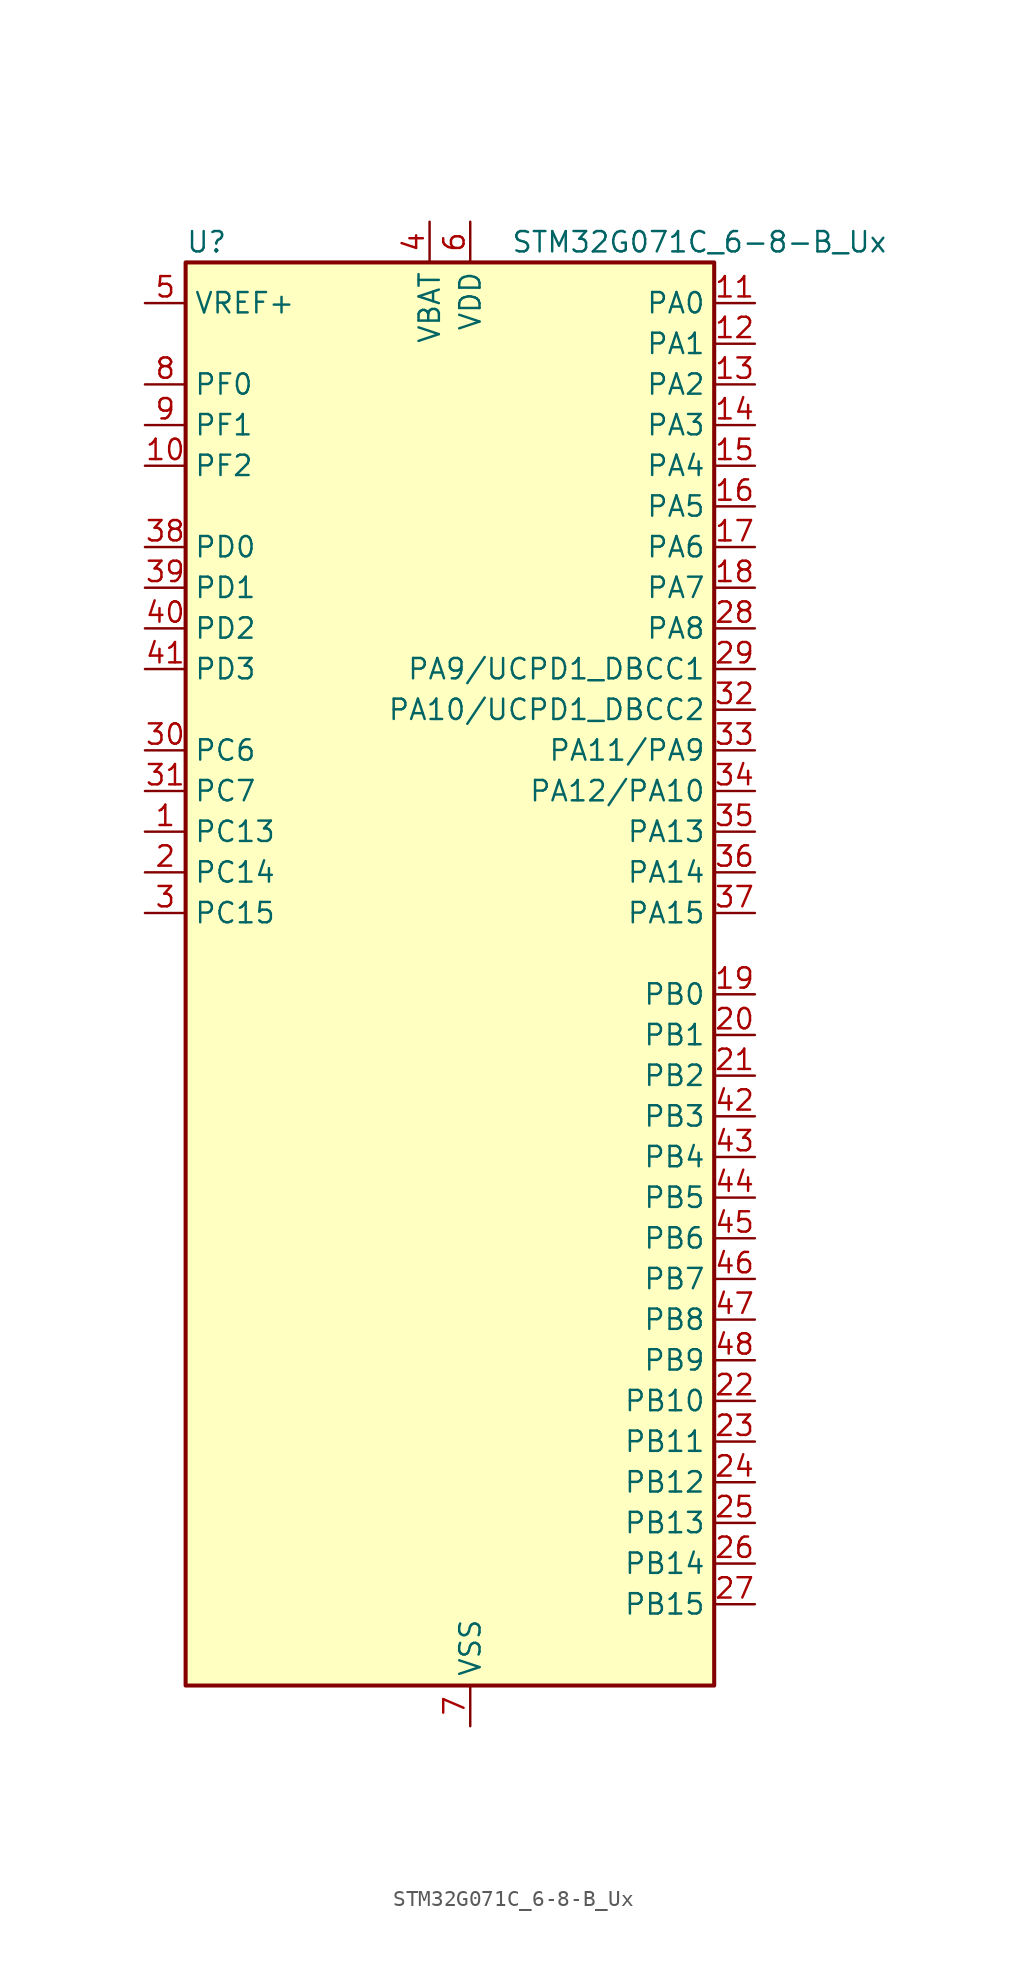
<source format=kicad_sym>
(kicad_symbol_lib
  (version 20220914)
  (generator kicad_symbol_editor)
  (symbol "STM32G071C_6-8-B_Ux"
    (property "Reference" "U"
      (at -15.24 46.99 0)
      (effects (font (size 1.27 1.27)) (justify left)))
    (property "Value" "STM32G071C_6-8-B_Ux"
      (at 5.08 46.99 0)
      (effects (font (size 1.27 1.27)) (justify left)))
    (property "ki_locked" ""
      (at 0 0 0)
      (effects (font (size 1.27 1.27))))
    (symbol "STM32G071C_6-8-B_Ux_0_1"
      (rectangle (start -15.24 -43.18) (end 17.78 45.72) (stroke (width 0.254) (type default)) (fill (type background))))
    (symbol "STM32G071C_6-8-B_Ux_1_1"
      (pin bidirectional line (at -17.78 10.16 0) (length 2.54) (name "PC13" (effects (font (size 1.27 1.27)))) (number "1" (effects (font (size 1.27 1.27)))) (alternate "RTC_OUT_ALARM" bidirectional line) (alternate "RTC_OUT_CALIB" bidirectional line) (alternate "RTC_TAMP_IN1" bidirectional line) (alternate "RTC_TS" bidirectional line) (alternate "SYS_WKUP2" bidirectional line) (alternate "TIM1_BK" bidirectional line))
      (pin bidirectional line (at -17.78 33.02 0) (length 2.54) (name "PF2" (effects (font (size 1.27 1.27)))) (number "10" (effects (font (size 1.27 1.27)))) (alternate "RCC_MCO" bidirectional line))
      (pin bidirectional line (at 20.32 43.18 180) (length 2.54) (name "PA0" (effects (font (size 1.27 1.27)))) (number "11" (effects (font (size 1.27 1.27)))) (alternate "ADC1_IN0" bidirectional line) (alternate "COMP1_INM" bidirectional line) (alternate "COMP1_OUT" bidirectional line) (alternate "LPTIM1_OUT" bidirectional line) (alternate "RTC_TAMP_IN2" bidirectional line) (alternate "SPI2_SCK" bidirectional line) (alternate "SYS_WKUP1" bidirectional line) (alternate "TIM2_CH1" bidirectional line) (alternate "TIM2_ETR" bidirectional line) (alternate "UCPD2_FRSTX1" bidirectional line) (alternate "UCPD2_FRSTX2" bidirectional line) (alternate "USART2_CTS" bidirectional line) (alternate "USART2_NSS" bidirectional line) (alternate "USART4_TX" bidirectional line))
      (pin bidirectional line (at 20.32 40.64 180) (length 2.54) (name "PA1" (effects (font (size 1.27 1.27)))) (number "12" (effects (font (size 1.27 1.27)))) (alternate "ADC1_IN1" bidirectional line) (alternate "COMP1_INP" bidirectional line) (alternate "I2C1_SMBA" bidirectional line) (alternate "I2S1_CK" bidirectional line) (alternate "SPI1_SCK" bidirectional line) (alternate "TIM15_CH1N" bidirectional line) (alternate "TIM2_CH2" bidirectional line) (alternate "USART2_CK" bidirectional line) (alternate "USART2_DE" bidirectional line) (alternate "USART2_RTS" bidirectional line) (alternate "USART4_RX" bidirectional line))
      (pin bidirectional line (at 20.32 38.1 180) (length 2.54) (name "PA2" (effects (font (size 1.27 1.27)))) (number "13" (effects (font (size 1.27 1.27)))) (alternate "ADC1_IN2" bidirectional line) (alternate "COMP2_INM" bidirectional line) (alternate "COMP2_OUT" bidirectional line) (alternate "I2S1_SD" bidirectional line) (alternate "LPUART1_TX" bidirectional line) (alternate "RCC_LSCO" bidirectional line) (alternate "SPI1_MOSI" bidirectional line) (alternate "SYS_WKUP4" bidirectional line) (alternate "TIM15_CH1" bidirectional line) (alternate "TIM2_CH3" bidirectional line) (alternate "UCPD1_FRSTX1" bidirectional line) (alternate "UCPD1_FRSTX2" bidirectional line) (alternate "USART2_TX" bidirectional line))
      (pin bidirectional line (at 20.32 35.56 180) (length 2.54) (name "PA3" (effects (font (size 1.27 1.27)))) (number "14" (effects (font (size 1.27 1.27)))) (alternate "ADC1_IN3" bidirectional line) (alternate "COMP2_INP" bidirectional line) (alternate "LPUART1_RX" bidirectional line) (alternate "SPI2_MISO" bidirectional line) (alternate "TIM15_CH2" bidirectional line) (alternate "TIM2_CH4" bidirectional line) (alternate "UCPD2_FRSTX1" bidirectional line) (alternate "UCPD2_FRSTX2" bidirectional line) (alternate "USART2_RX" bidirectional line))
      (pin bidirectional line (at 20.32 33.02 180) (length 2.54) (name "PA4" (effects (font (size 1.27 1.27)))) (number "15" (effects (font (size 1.27 1.27)))) (alternate "ADC1_IN4" bidirectional line) (alternate "DAC1_OUT1" bidirectional line) (alternate "I2S1_WS" bidirectional line) (alternate "LPTIM2_OUT" bidirectional line) (alternate "RTC_OUT_ALARM" bidirectional line) (alternate "RTC_OUT_CALIB" bidirectional line) (alternate "SPI1_NSS" bidirectional line) (alternate "SPI2_MOSI" bidirectional line) (alternate "TIM14_CH1" bidirectional line) (alternate "UCPD2_FRSTX1" bidirectional line) (alternate "UCPD2_FRSTX2" bidirectional line))
      (pin bidirectional line (at 20.32 30.48 180) (length 2.54) (name "PA5" (effects (font (size 1.27 1.27)))) (number "16" (effects (font (size 1.27 1.27)))) (alternate "ADC1_IN5" bidirectional line) (alternate "CEC" bidirectional line) (alternate "DAC1_OUT2" bidirectional line) (alternate "I2S1_CK" bidirectional line) (alternate "LPTIM2_ETR" bidirectional line) (alternate "SPI1_SCK" bidirectional line) (alternate "TIM2_CH1" bidirectional line) (alternate "TIM2_ETR" bidirectional line) (alternate "UCPD1_FRSTX1" bidirectional line) (alternate "UCPD1_FRSTX2" bidirectional line) (alternate "USART3_TX" bidirectional line))
      (pin bidirectional line (at 20.32 27.94 180) (length 2.54) (name "PA6" (effects (font (size 1.27 1.27)))) (number "17" (effects (font (size 1.27 1.27)))) (alternate "ADC1_IN6" bidirectional line) (alternate "COMP1_OUT" bidirectional line) (alternate "I2S1_MCK" bidirectional line) (alternate "LPUART1_CTS" bidirectional line) (alternate "SPI1_MISO" bidirectional line) (alternate "TIM16_CH1" bidirectional line) (alternate "TIM1_BK" bidirectional line) (alternate "TIM3_CH1" bidirectional line) (alternate "USART3_CTS" bidirectional line) (alternate "USART3_NSS" bidirectional line))
      (pin bidirectional line (at 20.32 25.4 180) (length 2.54) (name "PA7" (effects (font (size 1.27 1.27)))) (number "18" (effects (font (size 1.27 1.27)))) (alternate "ADC1_IN7" bidirectional line) (alternate "COMP2_OUT" bidirectional line) (alternate "I2S1_SD" bidirectional line) (alternate "SPI1_MOSI" bidirectional line) (alternate "TIM14_CH1" bidirectional line) (alternate "TIM17_CH1" bidirectional line) (alternate "TIM1_CH1N" bidirectional line) (alternate "TIM3_CH2" bidirectional line) (alternate "UCPD1_FRSTX1" bidirectional line) (alternate "UCPD1_FRSTX2" bidirectional line))
      (pin bidirectional line (at 20.32 0 180) (length 2.54) (name "PB0" (effects (font (size 1.27 1.27)))) (number "19" (effects (font (size 1.27 1.27)))) (alternate "ADC1_IN8" bidirectional line) (alternate "COMP1_OUT" bidirectional line) (alternate "I2S1_WS" bidirectional line) (alternate "LPTIM1_OUT" bidirectional line) (alternate "SPI1_NSS" bidirectional line) (alternate "TIM1_CH2N" bidirectional line) (alternate "TIM3_CH3" bidirectional line) (alternate "UCPD1_FRSTX1" bidirectional line) (alternate "UCPD1_FRSTX2" bidirectional line) (alternate "USART3_RX" bidirectional line))
      (pin bidirectional line (at -17.78 7.62 0) (length 2.54) (name "PC14" (effects (font (size 1.27 1.27)))) (number "2" (effects (font (size 1.27 1.27)))) (alternate "RCC_OSC32_IN" bidirectional line) (alternate "TIM1_BK2" bidirectional line))
      (pin bidirectional line (at 20.32 -2.54 180) (length 2.54) (name "PB1" (effects (font (size 1.27 1.27)))) (number "20" (effects (font (size 1.27 1.27)))) (alternate "ADC1_IN9" bidirectional line) (alternate "COMP1_INM" bidirectional line) (alternate "LPTIM2_IN1" bidirectional line) (alternate "LPUART1_DE" bidirectional line) (alternate "LPUART1_RTS" bidirectional line) (alternate "TIM14_CH1" bidirectional line) (alternate "TIM1_CH3N" bidirectional line) (alternate "TIM3_CH4" bidirectional line) (alternate "USART3_CK" bidirectional line) (alternate "USART3_DE" bidirectional line) (alternate "USART3_RTS" bidirectional line))
      (pin bidirectional line (at 20.32 -5.08 180) (length 2.54) (name "PB2" (effects (font (size 1.27 1.27)))) (number "21" (effects (font (size 1.27 1.27)))) (alternate "ADC1_IN10" bidirectional line) (alternate "COMP1_INP" bidirectional line) (alternate "LPTIM1_OUT" bidirectional line) (alternate "SPI2_MISO" bidirectional line) (alternate "USART3_TX" bidirectional line))
      (pin bidirectional line (at 20.32 -25.4 180) (length 2.54) (name "PB10" (effects (font (size 1.27 1.27)))) (number "22" (effects (font (size 1.27 1.27)))) (alternate "ADC1_IN11" bidirectional line) (alternate "CEC" bidirectional line) (alternate "COMP1_OUT" bidirectional line) (alternate "I2C2_SCL" bidirectional line) (alternate "LPUART1_RX" bidirectional line) (alternate "SPI2_SCK" bidirectional line) (alternate "TIM2_CH3" bidirectional line) (alternate "USART3_TX" bidirectional line))
      (pin bidirectional line (at 20.32 -27.94 180) (length 2.54) (name "PB11" (effects (font (size 1.27 1.27)))) (number "23" (effects (font (size 1.27 1.27)))) (alternate "ADC1_EXTI11" bidirectional line) (alternate "ADC1_IN15" bidirectional line) (alternate "COMP2_OUT" bidirectional line) (alternate "I2C2_SDA" bidirectional line) (alternate "LPUART1_TX" bidirectional line) (alternate "SPI2_MOSI" bidirectional line) (alternate "TIM2_CH4" bidirectional line) (alternate "USART3_RX" bidirectional line))
      (pin bidirectional line (at 20.32 -30.48 180) (length 2.54) (name "PB12" (effects (font (size 1.27 1.27)))) (number "24" (effects (font (size 1.27 1.27)))) (alternate "ADC1_IN16" bidirectional line) (alternate "LPUART1_DE" bidirectional line) (alternate "LPUART1_RTS" bidirectional line) (alternate "SPI2_NSS" bidirectional line) (alternate "TIM15_BK" bidirectional line) (alternate "TIM1_BK" bidirectional line) (alternate "UCPD2_FRSTX1" bidirectional line) (alternate "UCPD2_FRSTX2" bidirectional line))
      (pin bidirectional line (at 20.32 -33.02 180) (length 2.54) (name "PB13" (effects (font (size 1.27 1.27)))) (number "25" (effects (font (size 1.27 1.27)))) (alternate "I2C2_SCL" bidirectional line) (alternate "LPUART1_CTS" bidirectional line) (alternate "SPI2_SCK" bidirectional line) (alternate "TIM15_CH1N" bidirectional line) (alternate "TIM1_CH1N" bidirectional line) (alternate "USART3_CTS" bidirectional line) (alternate "USART3_NSS" bidirectional line))
      (pin bidirectional line (at 20.32 -35.56 180) (length 2.54) (name "PB14" (effects (font (size 1.27 1.27)))) (number "26" (effects (font (size 1.27 1.27)))) (alternate "I2C2_SDA" bidirectional line) (alternate "SPI2_MISO" bidirectional line) (alternate "TIM15_CH1" bidirectional line) (alternate "TIM1_CH2N" bidirectional line) (alternate "UCPD1_FRSTX1" bidirectional line) (alternate "UCPD1_FRSTX2" bidirectional line) (alternate "USART3_CK" bidirectional line) (alternate "USART3_DE" bidirectional line) (alternate "USART3_RTS" bidirectional line))
      (pin bidirectional line (at 20.32 -38.1 180) (length 2.54) (name "PB15" (effects (font (size 1.27 1.27)))) (number "27" (effects (font (size 1.27 1.27)))) (alternate "RTC_REFIN" bidirectional line) (alternate "SPI2_MOSI" bidirectional line) (alternate "TIM15_CH1N" bidirectional line) (alternate "TIM15_CH2" bidirectional line) (alternate "TIM1_CH3N" bidirectional line) (alternate "UCPD1_CC2" bidirectional line))
      (pin bidirectional line (at 20.32 22.86 180) (length 2.54) (name "PA8" (effects (font (size 1.27 1.27)))) (number "28" (effects (font (size 1.27 1.27)))) (alternate "LPTIM2_OUT" bidirectional line) (alternate "RCC_MCO" bidirectional line) (alternate "SPI2_NSS" bidirectional line) (alternate "TIM1_CH1" bidirectional line) (alternate "UCPD1_CC1" bidirectional line))
      (pin bidirectional line (at 20.32 20.32 180) (length 2.54) (name "PA9/UCPD1_DBCC1" (effects (font (size 1.27 1.27)))) (number "29" (effects (font (size 1.27 1.27)))) (alternate "DAC1_EXTI9" bidirectional line) (alternate "I2C1_SCL" bidirectional line) (alternate "RCC_MCO" bidirectional line) (alternate "SPI2_MISO" bidirectional line) (alternate "TIM15_BK" bidirectional line) (alternate "TIM1_CH2" bidirectional line) (alternate "UCPD1_DBCC1" bidirectional line) (alternate "USART1_TX" bidirectional line))
      (pin bidirectional line (at -17.78 5.08 0) (length 2.54) (name "PC15" (effects (font (size 1.27 1.27)))) (number "3" (effects (font (size 1.27 1.27)))) (alternate "RCC_OSC32_EN" bidirectional line) (alternate "RCC_OSC32_OUT" bidirectional line) (alternate "RCC_OSC_EN" bidirectional line) (alternate "TIM15_BK" bidirectional line))
      (pin bidirectional line (at -17.78 15.24 0) (length 2.54) (name "PC6" (effects (font (size 1.27 1.27)))) (number "30" (effects (font (size 1.27 1.27)))) (alternate "TIM2_CH3" bidirectional line) (alternate "TIM3_CH1" bidirectional line) (alternate "UCPD1_FRSTX1" bidirectional line) (alternate "UCPD1_FRSTX2" bidirectional line))
      (pin bidirectional line (at -17.78 12.7 0) (length 2.54) (name "PC7" (effects (font (size 1.27 1.27)))) (number "31" (effects (font (size 1.27 1.27)))) (alternate "TIM2_CH4" bidirectional line) (alternate "TIM3_CH2" bidirectional line) (alternate "UCPD2_FRSTX1" bidirectional line) (alternate "UCPD2_FRSTX2" bidirectional line))
      (pin bidirectional line (at 20.32 17.78 180) (length 2.54) (name "PA10/UCPD1_DBCC2" (effects (font (size 1.27 1.27)))) (number "32" (effects (font (size 1.27 1.27)))) (alternate "I2C1_SDA" bidirectional line) (alternate "SPI2_MOSI" bidirectional line) (alternate "TIM17_BK" bidirectional line) (alternate "TIM1_CH3" bidirectional line) (alternate "UCPD1_DBCC2" bidirectional line) (alternate "USART1_RX" bidirectional line))
      (pin bidirectional line (at 20.32 15.24 180) (length 2.54) (name "PA11/PA9" (effects (font (size 1.27 1.27)))) (number "33" (effects (font (size 1.27 1.27)))) (alternate "ADC1_EXTI11" bidirectional line) (alternate "COMP1_OUT" bidirectional line) (alternate "I2C2_SCL" bidirectional line) (alternate "I2S1_MCK" bidirectional line) (alternate "SPI1_MISO" bidirectional line) (alternate "TIM1_BK2" bidirectional line) (alternate "TIM1_CH4" bidirectional line) (alternate "USART1_CTS" bidirectional line) (alternate "USART1_NSS" bidirectional line))
      (pin bidirectional line (at 20.32 12.7 180) (length 2.54) (name "PA12/PA10" (effects (font (size 1.27 1.27)))) (number "34" (effects (font (size 1.27 1.27)))) (alternate "COMP2_OUT" bidirectional line) (alternate "I2C2_SDA" bidirectional line) (alternate "I2S1_SD" bidirectional line) (alternate "I2S_CKIN" bidirectional line) (alternate "SPI1_MOSI" bidirectional line) (alternate "TIM1_ETR" bidirectional line) (alternate "USART1_CK" bidirectional line) (alternate "USART1_DE" bidirectional line) (alternate "USART1_RTS" bidirectional line))
      (pin bidirectional line (at 20.32 10.16 180) (length 2.54) (name "PA13" (effects (font (size 1.27 1.27)))) (number "35" (effects (font (size 1.27 1.27)))) (alternate "IR_OUT" bidirectional line) (alternate "SYS_SWDIO" bidirectional line))
      (pin bidirectional line (at 20.32 7.62 180) (length 2.54) (name "PA14" (effects (font (size 1.27 1.27)))) (number "36" (effects (font (size 1.27 1.27)))) (alternate "SYS_SWCLK" bidirectional line) (alternate "USART2_TX" bidirectional line))
      (pin bidirectional line (at 20.32 5.08 180) (length 2.54) (name "PA15" (effects (font (size 1.27 1.27)))) (number "37" (effects (font (size 1.27 1.27)))) (alternate "I2S1_WS" bidirectional line) (alternate "SPI1_NSS" bidirectional line) (alternate "TIM2_CH1" bidirectional line) (alternate "TIM2_ETR" bidirectional line) (alternate "USART2_RX" bidirectional line) (alternate "USART3_CK" bidirectional line) (alternate "USART3_DE" bidirectional line) (alternate "USART3_RTS" bidirectional line) (alternate "USART4_CK" bidirectional line) (alternate "USART4_DE" bidirectional line) (alternate "USART4_RTS" bidirectional line))
      (pin bidirectional line (at -17.78 27.94 0) (length 2.54) (name "PD0" (effects (font (size 1.27 1.27)))) (number "38" (effects (font (size 1.27 1.27)))) (alternate "SPI2_NSS" bidirectional line) (alternate "TIM16_CH1" bidirectional line) (alternate "UCPD2_CC1" bidirectional line))
      (pin bidirectional line (at -17.78 25.4 0) (length 2.54) (name "PD1" (effects (font (size 1.27 1.27)))) (number "39" (effects (font (size 1.27 1.27)))) (alternate "SPI2_SCK" bidirectional line) (alternate "TIM17_CH1" bidirectional line) (alternate "UCPD2_DBCC1" bidirectional line))
      (pin power_in line (at 0 48.26 270) (length 2.54) (name "VBAT" (effects (font (size 1.27 1.27)))) (number "4" (effects (font (size 1.27 1.27)))))
      (pin bidirectional line (at -17.78 22.86 0) (length 2.54) (name "PD2" (effects (font (size 1.27 1.27)))) (number "40" (effects (font (size 1.27 1.27)))) (alternate "TIM1_CH1N" bidirectional line) (alternate "TIM3_ETR" bidirectional line) (alternate "UCPD2_CC2" bidirectional line) (alternate "USART3_CK" bidirectional line) (alternate "USART3_DE" bidirectional line) (alternate "USART3_RTS" bidirectional line))
      (pin bidirectional line (at -17.78 20.32 0) (length 2.54) (name "PD3" (effects (font (size 1.27 1.27)))) (number "41" (effects (font (size 1.27 1.27)))) (alternate "SPI2_MISO" bidirectional line) (alternate "TIM1_CH2N" bidirectional line) (alternate "UCPD2_DBCC2" bidirectional line) (alternate "USART2_CTS" bidirectional line) (alternate "USART2_NSS" bidirectional line))
      (pin bidirectional line (at 20.32 -7.62 180) (length 2.54) (name "PB3" (effects (font (size 1.27 1.27)))) (number "42" (effects (font (size 1.27 1.27)))) (alternate "COMP2_INM" bidirectional line) (alternate "I2S1_CK" bidirectional line) (alternate "SPI1_SCK" bidirectional line) (alternate "TIM1_CH2" bidirectional line) (alternate "TIM2_CH2" bidirectional line) (alternate "USART1_CK" bidirectional line) (alternate "USART1_DE" bidirectional line) (alternate "USART1_RTS" bidirectional line))
      (pin bidirectional line (at 20.32 -10.16 180) (length 2.54) (name "PB4" (effects (font (size 1.27 1.27)))) (number "43" (effects (font (size 1.27 1.27)))) (alternate "COMP2_INP" bidirectional line) (alternate "I2S1_MCK" bidirectional line) (alternate "SPI1_MISO" bidirectional line) (alternate "TIM17_BK" bidirectional line) (alternate "TIM3_CH1" bidirectional line) (alternate "USART1_CTS" bidirectional line) (alternate "USART1_NSS" bidirectional line))
      (pin bidirectional line (at 20.32 -12.7 180) (length 2.54) (name "PB5" (effects (font (size 1.27 1.27)))) (number "44" (effects (font (size 1.27 1.27)))) (alternate "COMP2_OUT" bidirectional line) (alternate "I2C1_SMBA" bidirectional line) (alternate "I2S1_SD" bidirectional line) (alternate "LPTIM1_IN1" bidirectional line) (alternate "SPI1_MOSI" bidirectional line) (alternate "SYS_WKUP6" bidirectional line) (alternate "TIM16_BK" bidirectional line) (alternate "TIM3_CH2" bidirectional line))
      (pin bidirectional line (at 20.32 -15.24 180) (length 2.54) (name "PB6" (effects (font (size 1.27 1.27)))) (number "45" (effects (font (size 1.27 1.27)))) (alternate "COMP2_INP" bidirectional line) (alternate "I2C1_SCL" bidirectional line) (alternate "LPTIM1_ETR" bidirectional line) (alternate "SPI2_MISO" bidirectional line) (alternate "TIM16_CH1N" bidirectional line) (alternate "TIM1_CH3" bidirectional line) (alternate "USART1_TX" bidirectional line))
      (pin bidirectional line (at 20.32 -17.78 180) (length 2.54) (name "PB7" (effects (font (size 1.27 1.27)))) (number "46" (effects (font (size 1.27 1.27)))) (alternate "COMP2_INM" bidirectional line) (alternate "I2C1_SDA" bidirectional line) (alternate "LPTIM1_IN2" bidirectional line) (alternate "SPI2_MOSI" bidirectional line) (alternate "SYS_PVD_IN" bidirectional line) (alternate "TIM17_CH1N" bidirectional line) (alternate "USART1_RX" bidirectional line) (alternate "USART4_CTS" bidirectional line) (alternate "USART4_NSS" bidirectional line))
      (pin bidirectional line (at 20.32 -20.32 180) (length 2.54) (name "PB8" (effects (font (size 1.27 1.27)))) (number "47" (effects (font (size 1.27 1.27)))) (alternate "CEC" bidirectional line) (alternate "I2C1_SCL" bidirectional line) (alternate "SPI2_SCK" bidirectional line) (alternate "TIM15_BK" bidirectional line) (alternate "TIM16_CH1" bidirectional line) (alternate "USART3_TX" bidirectional line))
      (pin bidirectional line (at 20.32 -22.86 180) (length 2.54) (name "PB9" (effects (font (size 1.27 1.27)))) (number "48" (effects (font (size 1.27 1.27)))) (alternate "DAC1_EXTI9" bidirectional line) (alternate "I2C1_SDA" bidirectional line) (alternate "IR_OUT" bidirectional line) (alternate "SPI2_NSS" bidirectional line) (alternate "TIM17_CH1" bidirectional line) (alternate "UCPD2_FRSTX1" bidirectional line) (alternate "UCPD2_FRSTX2" bidirectional line) (alternate "USART3_RX" bidirectional line))
      (pin passive line (at 2.54 -45.72 90) (length 2.54) hide (name "VSS" (effects (font (size 1.27 1.27)))) (number "49" (effects (font (size 1.27 1.27)))))
      (pin input line (at -17.78 43.18 0) (length 2.54) (name "VREF+" (effects (font (size 1.27 1.27)))) (number "5" (effects (font (size 1.27 1.27)))) (alternate "VREFBUF_OUT" bidirectional line))
      (pin power_in line (at 2.54 48.26 270) (length 2.54) (name "VDD" (effects (font (size 1.27 1.27)))) (number "6" (effects (font (size 1.27 1.27)))))
      (pin power_in line (at 2.54 -45.72 90) (length 2.54) (name "VSS" (effects (font (size 1.27 1.27)))) (number "7" (effects (font (size 1.27 1.27)))))
      (pin bidirectional line (at -17.78 38.1 0) (length 2.54) (name "PF0" (effects (font (size 1.27 1.27)))) (number "8" (effects (font (size 1.27 1.27)))) (alternate "RCC_OSC_IN" bidirectional line) (alternate "TIM14_CH1" bidirectional line))
      (pin bidirectional line (at -17.78 35.56 0) (length 2.54) (name "PF1" (effects (font (size 1.27 1.27)))) (number "9" (effects (font (size 1.27 1.27)))) (alternate "RCC_OSC_EN" bidirectional line) (alternate "RCC_OSC_OUT" bidirectional line) (alternate "TIM15_CH1N" bidirectional line)))))
</source>
